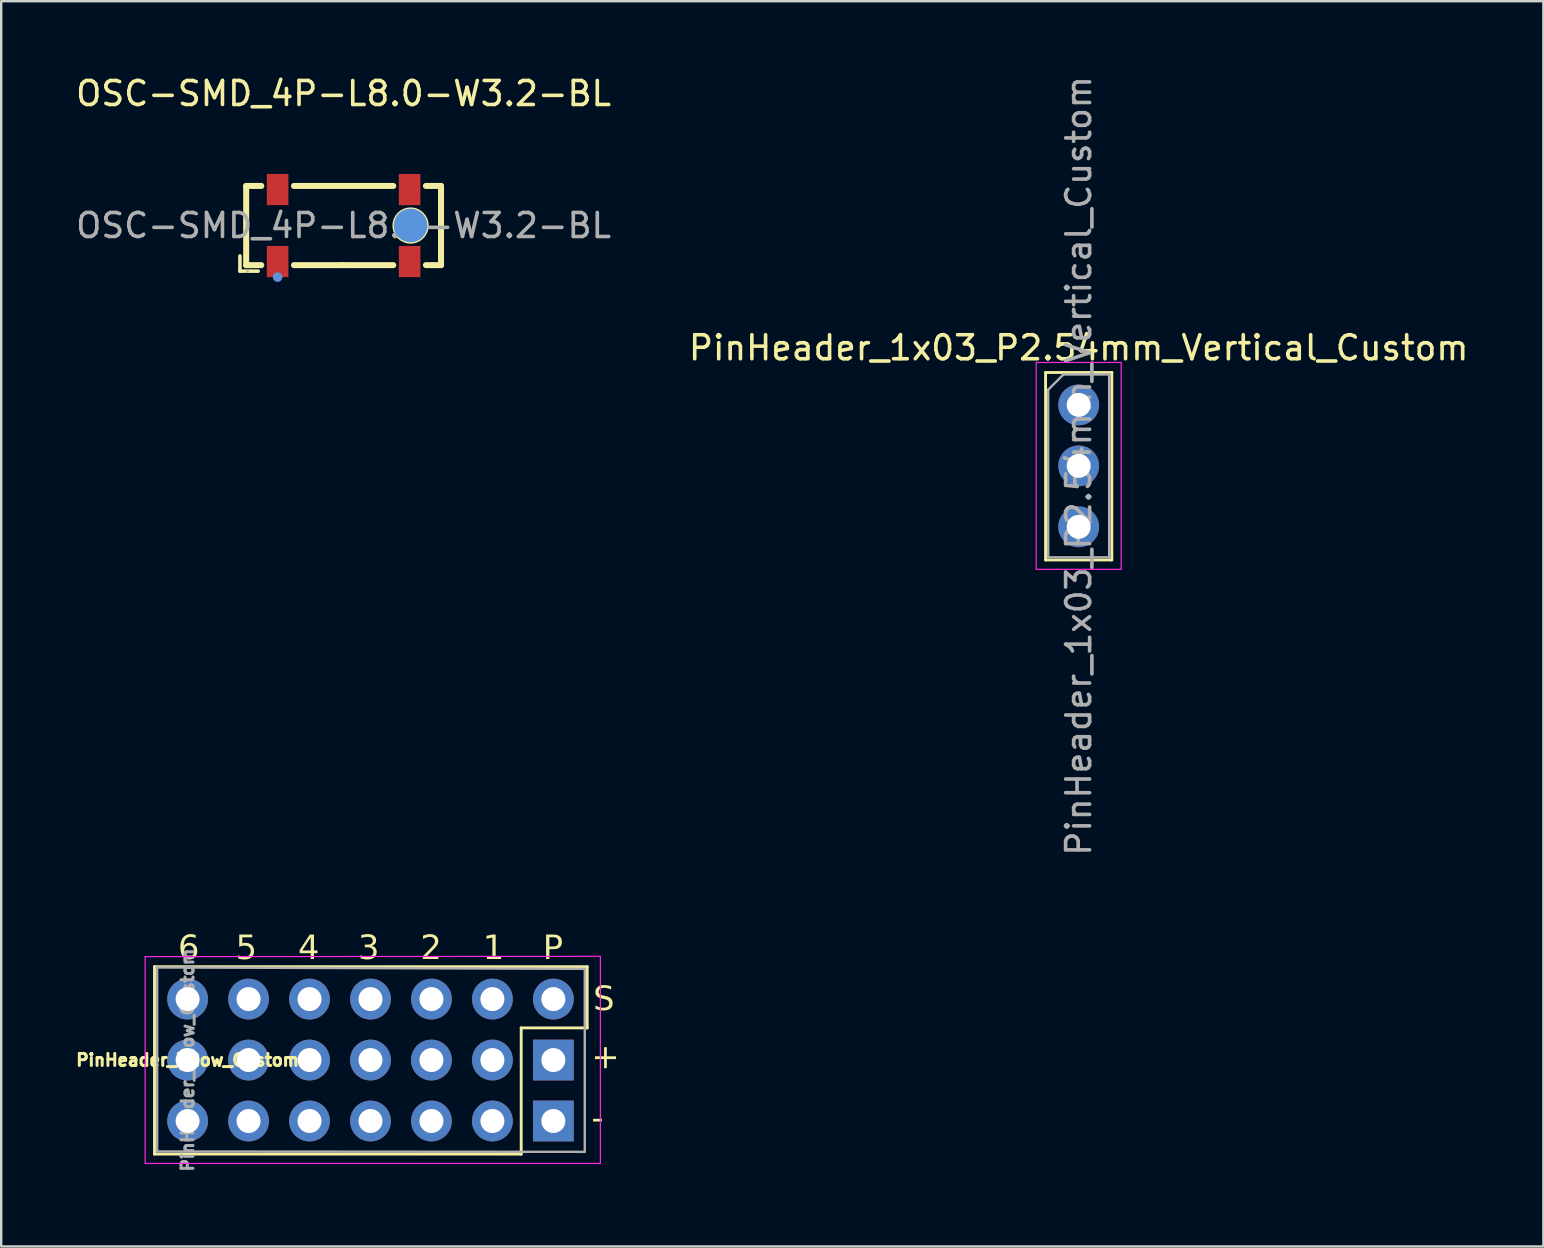
<source format=kicad_pcb>
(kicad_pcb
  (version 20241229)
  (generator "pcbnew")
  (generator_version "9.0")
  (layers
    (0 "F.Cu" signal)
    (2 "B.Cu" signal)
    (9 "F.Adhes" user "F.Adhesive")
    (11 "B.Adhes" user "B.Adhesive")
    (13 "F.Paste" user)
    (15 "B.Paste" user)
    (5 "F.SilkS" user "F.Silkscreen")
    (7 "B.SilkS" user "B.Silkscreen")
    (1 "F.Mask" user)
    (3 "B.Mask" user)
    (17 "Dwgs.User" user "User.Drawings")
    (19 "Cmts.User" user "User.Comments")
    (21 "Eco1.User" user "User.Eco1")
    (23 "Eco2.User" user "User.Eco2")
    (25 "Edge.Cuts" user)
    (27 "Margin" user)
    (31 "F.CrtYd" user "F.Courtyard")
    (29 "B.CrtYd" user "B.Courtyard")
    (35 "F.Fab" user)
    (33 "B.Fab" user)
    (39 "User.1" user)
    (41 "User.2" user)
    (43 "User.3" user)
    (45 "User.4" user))
  (footprint "PinHeader_3Row_Custom"
    (layer "F.Cu")
    (at 4.768 38.582)
    (property "Reference" "PinHeader_3Row_Custom" (at 0 2.54 0) (layer "F.SilkS") (effects (font (size 0.5 0.5) (thickness 0.125))))
    (attr through_hole)
    (fp_line (start -1.38 -1.35) (end -1.38 6.46) (stroke (width 0.12) (type solid)) (layer "F.SilkS"))
    (fp_line (start -1.38 -1.35) (end 16.65 -1.35) (stroke (width 0.12) (type solid)) (layer "F.SilkS"))
    (fp_line (start -1.38 6.46) (end 13.9 6.46) (stroke (width 0.12) (type solid)) (layer "F.SilkS"))
    (fp_line (start 13.9 1.2) (end 13.9 6.46) (stroke (width 0.12) (type solid)) (layer "F.SilkS"))
    (fp_line (start 13.9 1.2) (end 16.65 1.2) (stroke (width 0.12) (type solid)) (layer "F.SilkS"))
    (fp_line (start 16.65 -1.35) (end 16.65 1.2) (stroke (width 0.12) (type solid)) (layer "F.SilkS"))
    (fp_line (start -1.77 -1.77) (end -1.77 6.85) (stroke (width 0.05) (type solid)) (layer "F.CrtYd"))
    (fp_line (start -1.77 6.85) (end 17.2 6.85) (stroke (width 0.05) (type solid)) (layer "F.CrtYd"))
    (fp_line (start 17.2 -1.781) (end -1.77 -1.77) (stroke (width 0.05) (type solid)) (layer "F.CrtYd"))
    (fp_line (start 17.2 -1.781) (end 17.2 6.85) (stroke (width 0.05) (type solid)) (layer "F.CrtYd"))
    (fp_line (start -1.3 -1.32) (end 16.55 -1.26) (stroke (width 0.1) (type solid)) (layer "F.Fab"))
    (fp_line (start -1.27 6.35) (end -1.27 -1.27) (stroke (width 0.1) (type solid)) (layer "F.Fab"))
    (fp_line (start 16.55 6.365) (end -1.27 6.35) (stroke (width 0.1) (type solid)) (layer "F.Fab"))
    (fp_line (start 16.55 6.365) (end 16.55 -1.255) (stroke (width 0.1) (type solid)) (layer "F.Fab"))
    (fp_text user "2" (at 9.7 -1.5 0) (unlocked yes) (layer "F.SilkS") (effects (font (face "IBM 3270") (size 1 1) (thickness 0.1)) (justify left bottom)))
    (fp_text user "4" (at 4.6 -1.5 0) (unlocked yes) (layer "F.SilkS") (effects (font (face "IBM 3270") (size 1 1) (thickness 0.1)) (justify left bottom)))
    (fp_text user "S" (at 16.9 0.625 0) (unlocked yes) (layer "F.SilkS") (effects (font (face "IBM 3270") (size 1 1) (thickness 0.1)) (justify left bottom)))
    (fp_text user "1" (at 12.3 -1.5 0) (unlocked yes) (layer "F.SilkS") (effects (font (face "IBM 3270") (size 1 1) (thickness 0.1)) (justify left bottom)))
    (fp_text user "P" (at 14.8 -1.5 0) (unlocked yes) (layer "F.SilkS") (effects (font (face "IBM 3270") (size 1 1) (thickness 0.1)) (justify left bottom)))
    (fp_text user "5" (at 2 -1.5 0) (unlocked yes) (layer "F.SilkS") (effects (font (face "IBM 3270") (size 1 1) (thickness 0.1)) (justify left bottom)))
    (fp_text user "-" (at 16.825 5.6 0) (unlocked yes) (layer "F.SilkS") (effects (font (face "IBM 3270") (size 1 1) (thickness 0.1)) (justify left bottom)))
    (fp_text user "6" (at -0.4 -1.5 0) (unlocked yes) (layer "F.SilkS") (effects (font (face "IBM 3270") (size 1 1) (thickness 0.1)) (justify left bottom)))
    (fp_text user "+" (at 16.825 3.05 0) (unlocked yes) (layer "F.SilkS") (effects (font (face "IBM 3270") (size 1 1) (thickness 0.1)) (justify left bottom)))
    (fp_text user "3" (at 7.1 -1.5 0) (unlocked yes) (layer "F.SilkS") (effects (font (face "IBM 3270") (size 1 1) (thickness 0.1)) (justify left bottom)))
    (fp_text user "${REFERENCE}" (at 0 2.54 90) (layer "F.Fab") (effects (font (size 0.5 0.5) (thickness 0.15))))
    (pad "1" thru_hole circle (at 0 0) (size 1.7 1.7) (drill 1) (layers "*.Cu" "*.Mask"))
    (pad "2" thru_hole circle (at 0 2.54) (size 1.7 1.7) (drill 1) (layers "*.Cu" "*.Mask"))
    (pad "3" thru_hole circle (at 0 5.08) (size 1.7 1.7) (drill 1) (layers "*.Cu" "*.Mask"))
    (pad "4" thru_hole circle (at 2.54 0) (size 1.7 1.7) (drill 1) (layers "*.Cu" "*.Mask"))
    (pad "5" thru_hole circle (at 2.54 2.54) (size 1.7 1.7) (drill 1) (layers "*.Cu" "*.Mask"))
    (pad "6" thru_hole circle (at 2.54 5.08) (size 1.7 1.7) (drill 1) (layers "*.Cu" "*.Mask"))
    (pad "7" thru_hole circle (at 5.08 0) (size 1.7 1.7) (drill 1) (layers "*.Cu" "*.Mask"))
    (pad "8" thru_hole circle (at 5.08 2.54) (size 1.7 1.7) (drill 1) (layers "*.Cu" "*.Mask"))
    (pad "9" thru_hole circle (at 5.08 5.08) (size 1.7 1.7) (drill 1) (layers "*.Cu" "*.Mask"))
    (pad "10" thru_hole circle (at 7.62 0) (size 1.7 1.7) (drill 1) (layers "*.Cu" "*.Mask"))
    (pad "11" thru_hole circle (at 7.62 2.54) (size 1.7 1.7) (drill 1) (layers "*.Cu" "*.Mask"))
    (pad "12" thru_hole circle (at 7.62 5.08) (size 1.7 1.7) (drill 1) (layers "*.Cu" "*.Mask"))
    (pad "13" thru_hole circle (at 10.16 0) (size 1.7 1.7) (drill 1) (layers "*.Cu" "*.Mask"))
    (pad "14" thru_hole circle (at 10.16 2.54) (size 1.7 1.7) (drill 1) (layers "*.Cu" "*.Mask"))
    (pad "15" thru_hole circle (at 10.16 5.08) (size 1.7 1.7) (drill 1) (layers "*.Cu" "*.Mask"))
    (pad "16" thru_hole circle (at 12.7 0) (size 1.7 1.7) (drill 1) (layers "*.Cu" "*.Mask"))
    (pad "17" thru_hole circle (at 12.7 2.54) (size 1.7 1.7) (drill 1) (layers "*.Cu" "*.Mask"))
    (pad "18" thru_hole circle (at 12.7 5.08) (size 1.7 1.7) (drill 1) (layers "*.Cu" "*.Mask"))
    (pad "19" thru_hole circle (at 15.24 0) (size 1.7 1.7) (drill 1) (layers "*.Cu" "*.Mask"))
    (pad "20" thru_hole rect (at 15.24 2.54) (size 1.7 1.7) (drill 1) (layers "*.Cu" "*.Mask"))
    (pad "21" thru_hole rect (at 15.24 5.08) (size 1.7 1.7) (drill 1) (layers "*.Cu" "*.Mask")))
  (footprint "PinHeader_1x03_P2.54mm_Vertical_Custom"
    (layer "F.Cu")
    (at 41.899 13.823)
    (property "Reference" "PinHeader_1x03_P2.54mm_Vertical_Custom" (at 0 -2.38 0) (layer "F.SilkS") (effects (font (size 1 1) (thickness 0.15))))
    (attr through_hole)
    (fp_line (start -1.38 -1.35) (end -1.38 6.46) (stroke (width 0.12) (type solid)) (layer "F.SilkS"))
    (fp_line (start -1.38 -1.35) (end 1.38 -1.35) (stroke (width 0.12) (type solid)) (layer "F.SilkS"))
    (fp_line (start -1.38 6.46) (end 1.38 6.46) (stroke (width 0.12) (type solid)) (layer "F.SilkS"))
    (fp_line (start 1.38 -1.35) (end 1.38 6.46) (stroke (width 0.12) (type solid)) (layer "F.SilkS"))
    (fp_line (start -1.77 -1.77) (end -1.77 6.85) (stroke (width 0.05) (type solid)) (layer "F.CrtYd"))
    (fp_line (start -1.77 6.85) (end 1.77 6.85) (stroke (width 0.05) (type solid)) (layer "F.CrtYd"))
    (fp_line (start 1.77 -1.77) (end -1.77 -1.77) (stroke (width 0.05) (type solid)) (layer "F.CrtYd"))
    (fp_line (start 1.77 6.85) (end 1.77 -1.77) (stroke (width 0.05) (type solid)) (layer "F.CrtYd"))
    (fp_line (start -1.27 -0.635) (end -0.635 -1.27) (stroke (width 0.1) (type solid)) (layer "F.Fab"))
    (fp_line (start -1.27 6.35) (end -1.27 -0.635) (stroke (width 0.1) (type solid)) (layer "F.Fab"))
    (fp_line (start -0.635 -1.27) (end 1.27 -1.27) (stroke (width 0.1) (type solid)) (layer "F.Fab"))
    (fp_line (start 1.27 -1.27) (end 1.27 6.35) (stroke (width 0.1) (type solid)) (layer "F.Fab"))
    (fp_line (start 1.27 6.35) (end -1.27 6.35) (stroke (width 0.1) (type solid)) (layer "F.Fab"))
    (fp_text user "${REFERENCE}" (at 0 2.54 90) (layer "F.Fab") (effects (font (size 1 1) (thickness 0.15))))
    (pad "1" thru_hole circle (at 0 0) (size 1.7 1.7) (drill 1) (layers "*.Cu" "*.Mask"))
    (pad "2" thru_hole circle (at 0 2.54) (size 1.7 1.7) (drill 1) (layers "*.Cu" "*.Mask"))
    (pad "3" thru_hole circle (at 0 5.08) (size 1.7 1.7) (drill 1) (layers "*.Cu" "*.Mask")))
  (footprint "OSC-SMD_4P-L8.0-W3.2-BL"
    (layer "F.Cu")
    (at 11.268 6.348)
    (property "Reference" "OSC-SMD_4P-L8.0-W3.2-BL" (at 0 -5.5 0) (layer "F.SilkS") (effects (font (size 1 1) (thickness 0.15))))
    (attr smd)
    (fp_line (start -4.32 1.27) (end -4.32 1.9) (stroke (width 0.15) (type solid)) (layer "F.SilkS"))
    (fp_line (start -4.32 1.9) (end -3.56 1.9) (stroke (width 0.15) (type solid)) (layer "F.SilkS"))
    (fp_line (start -4.06 -1.65) (end -3.43 -1.65) (stroke (width 0.25) (type solid)) (layer "F.SilkS"))
    (fp_line (start -4.06 1.65) (end -4.06 -1.65) (stroke (width 0.25) (type solid)) (layer "F.SilkS"))
    (fp_line (start -3.43 1.65) (end -4.06 1.65) (stroke (width 0.25) (type solid)) (layer "F.SilkS"))
    (fp_line (start -2.07 -1.65) (end 2.07 -1.65) (stroke (width 0.25) (type solid)) (layer "F.SilkS"))
    (fp_line (start 0 1.65) (end -2.07 1.65) (stroke (width 0.25) (type solid)) (layer "F.SilkS"))
    (fp_line (start 2.07 1.65) (end 0 1.65) (stroke (width 0.25) (type solid)) (layer "F.SilkS"))
    (fp_line (start 3.43 -1.65) (end 4.06 -1.65) (stroke (width 0.25) (type solid)) (layer "F.SilkS"))
    (fp_line (start 4.06 -1.65) (end 4.06 1.65) (stroke (width 0.25) (type solid)) (layer "F.SilkS"))
    (fp_line (start 4.06 1.65) (end 3.43 1.65) (stroke (width 0.25) (type solid)) (layer "F.SilkS"))
    (fp_circle (center 2.79 0) (end 3.42 0) (stroke (width 0.25) (type solid)) (fill no) (layer "F.SilkS"))
    (fp_circle (center -2.75 2.15) (end -2.65 2.15) (stroke (width 0.2) (type solid)) (fill no) (layer "Cmts.User"))
    (fp_circle (center 2.79 0) (end 3.14 0) (stroke (width 0.7) (type solid)) (fill no) (layer "Cmts.User"))
    (fp_circle (center -4 1.92) (end -3.97 1.92) (stroke (width 0.06) (type solid)) (fill no) (layer "F.Fab"))
    (fp_text user "${REFERENCE}" (at 0 0 0) (layer "F.Fab") (effects (font (size 1 1) (thickness 0.15))))
    (pad "1" smd rect (at -2.75 1.5) (size 0.9 1.3) (layers "F.Cu" "F.Mask" "F.Paste"))
    (pad "2" smd rect (at 2.75 1.5) (size 0.9 1.3) (layers "F.Cu" "F.Mask" "F.Paste"))
    (pad "3" smd rect (at 2.75 -1.5) (size 0.9 1.3) (layers "F.Cu" "F.Mask" "F.Paste"))
    (pad "4" smd rect (at -2.75 -1.5) (size 0.9 1.3) (layers "F.Cu" "F.Mask" "F.Paste")))
  (gr_rect
    (start -3 -3)
    (end 61.262 48.89)
    (stroke (width 0.1) (type default))
    (fill no)
    (layer "Edge.Cuts")))
</source>
